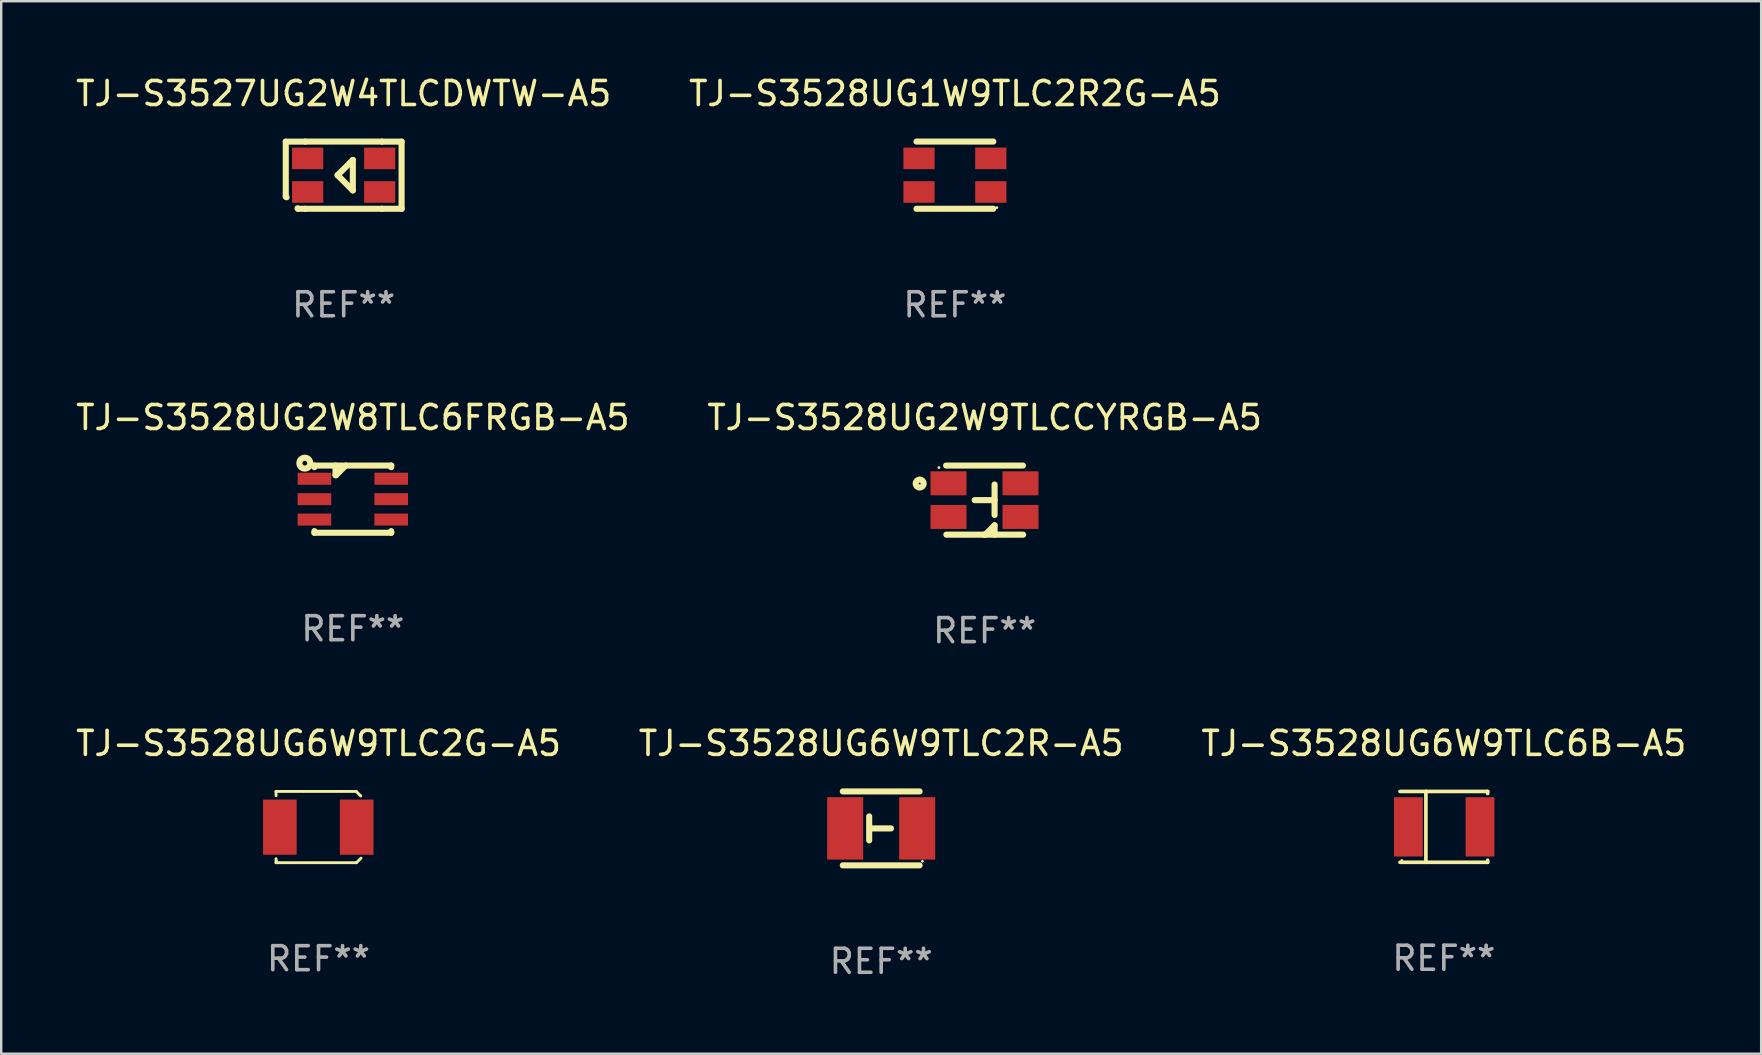
<source format=kicad_pcb>
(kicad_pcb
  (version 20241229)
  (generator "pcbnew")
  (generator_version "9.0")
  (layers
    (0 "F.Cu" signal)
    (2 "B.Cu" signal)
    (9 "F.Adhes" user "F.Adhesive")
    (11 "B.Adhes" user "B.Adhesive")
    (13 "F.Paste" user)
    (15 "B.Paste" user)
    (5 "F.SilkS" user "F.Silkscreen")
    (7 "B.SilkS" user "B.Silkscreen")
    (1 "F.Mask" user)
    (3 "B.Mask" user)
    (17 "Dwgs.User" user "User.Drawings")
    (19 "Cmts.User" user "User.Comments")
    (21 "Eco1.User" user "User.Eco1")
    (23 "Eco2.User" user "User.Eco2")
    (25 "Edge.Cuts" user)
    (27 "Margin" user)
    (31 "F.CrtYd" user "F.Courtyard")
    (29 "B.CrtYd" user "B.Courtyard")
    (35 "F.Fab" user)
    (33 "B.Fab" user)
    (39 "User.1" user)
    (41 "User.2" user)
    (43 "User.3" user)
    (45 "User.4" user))
  (footprint "TJ-S3528UG1W9TLC2R2G-A5"
    (layer "F.Cu")
    (at 36.732 4.248)
    (property "Reference" "TJ-S3528UG1W9TLC2R2G-A5" (at 0 -3.4 0) (layer "F.SilkS") (effects (font (size 1 1) (thickness 0.15))))
    (attr through_hole)
    (fp_line (start -1.6 -1.4) (end 1.6 -1.4) (stroke (width 0.254) (type solid)) (layer "F.SilkS"))
    (fp_line (start -1.6 1.4) (end 1.6 1.4) (stroke (width 0.254) (type solid)) (layer "F.SilkS"))
    (fp_circle (center 1.75 1.35) (end 1.78 1.35) (stroke (width 0.06) (type solid)) (fill no) (layer "F.SilkS"))
    (fp_text user "REF**" (at 0 5.4 0) (layer "F.Fab") (effects (font (size 1 1) (thickness 0.15))))
    (pad "1" smd rect (at 1.495 0.7) (size 1.3 0.9) (layers "F.Cu" "F.Mask" "F.Paste"))
    (pad "2" smd rect (at 1.495 -0.7) (size 1.3 0.9) (layers "F.Cu" "F.Mask" "F.Paste"))
    (pad "3" smd rect (at -1.495 0.7) (size 1.3 0.9) (layers "F.Cu" "F.Mask" "F.Paste"))
    (pad "4" smd rect (at -1.495 -0.7) (size 1.3 0.9) (layers "F.Cu" "F.Mask" "F.Paste")))
  (footprint "TJ-S3528UG2W8TLC6FRGB-A5"
    (layer "F.Cu")
    (at 11.649 17.745)
    (property "Reference" "TJ-S3528UG2W8TLC6FRGB-A5" (at 0 -3.4 0) (layer "F.SilkS") (effects (font (size 1 1) (thickness 0.15))))
    (attr through_hole)
    (fp_line (start -1.6 -1.4) (end -1.6 -1.331) (stroke (width 0.254) (type solid)) (layer "F.SilkS"))
    (fp_line (start -1.6 -1.4) (end 1.6 -1.4) (stroke (width 0.254) (type solid)) (layer "F.SilkS"))
    (fp_line (start -1.6 1.331) (end -1.6 1.4) (stroke (width 0.254) (type solid)) (layer "F.SilkS"))
    (fp_line (start -1.6 1.4) (end 1.6 1.4) (stroke (width 0.254) (type solid)) (layer "F.SilkS"))
    (fp_line (start -0.721 -1.4) (end -0.721 -1) (stroke (width 0.254) (type solid)) (layer "F.SilkS"))
    (fp_line (start -0.721 -1) (end -0.698 -1) (stroke (width 0.254) (type solid)) (layer "F.SilkS"))
    (fp_line (start -0.698 -1) (end -0.298 -1.4) (stroke (width 0.254) (type solid)) (layer "F.SilkS"))
    (fp_line (start 1.6 -1.4) (end 1.6 -1.331) (stroke (width 0.254) (type solid)) (layer "F.SilkS"))
    (fp_line (start 1.6 1.4) (end 1.6 1.331) (stroke (width 0.254) (type solid)) (layer "F.SilkS"))
    (fp_circle (center -2 -1.5) (end -1.9 -1.5) (stroke (width 0.254) (type solid)) (fill no) (layer "F.SilkS"))
    (fp_circle (center -1.749 -1.4) (end -1.719 -1.4) (stroke (width 0.06) (type solid)) (fill no) (layer "F.SilkS"))
    (fp_text user "REF**" (at 0 5.4 0) (layer "F.Fab") (effects (font (size 1 1) (thickness 0.15))))
    (pad "1" smd rect (at -1.6 -0.85) (size 1.4 0.5) (layers "F.Cu" "F.Mask" "F.Paste"))
    (pad "2" smd rect (at -1.6 0) (size 1.4 0.5) (layers "F.Cu" "F.Mask" "F.Paste"))
    (pad "3" smd rect (at -1.6 0.85) (size 1.4 0.5) (layers "F.Cu" "F.Mask" "F.Paste"))
    (pad "4" smd rect (at 1.6 0.85) (size 1.4 0.5) (layers "F.Cu" "F.Mask" "F.Paste"))
    (pad "5" smd rect (at 1.6 0) (size 1.4 0.5) (layers "F.Cu" "F.Mask" "F.Paste"))
    (pad "6" smd rect (at 1.6 -0.85) (size 1.4 0.5) (layers "F.Cu" "F.Mask" "F.Paste")))
  (footprint "TJ-S3527UG2W4TLCDWTW-A5"
    (layer "F.Cu")
    (at 11.268 4.248)
    (property "Reference" "TJ-S3527UG2W4TLCDWTW-A5" (at 0 -3.4 0) (layer "F.SilkS") (effects (font (size 1 1) (thickness 0.15))))
    (attr through_hole)
    (fp_line (start -2.413 -1.397) (end -1.6 -1.397) (stroke (width 0.254) (type solid)) (layer "F.SilkS"))
    (fp_line (start -2.413 0.889) (end -2.413 -1.397) (stroke (width 0.254) (type solid)) (layer "F.SilkS"))
    (fp_line (start -2.38 0.922) (end -2.413 0.889) (stroke (width 0.254) (type solid)) (layer "F.SilkS"))
    (fp_line (start -1.902 1.4) (end -1.922 1.38) (stroke (width 0.254) (type solid)) (layer "F.SilkS"))
    (fp_line (start -1.6 -1.4) (end 1.6 -1.4) (stroke (width 0.254) (type solid)) (layer "F.SilkS"))
    (fp_line (start -1.6 1.4) (end -1.902 1.4) (stroke (width 0.254) (type solid)) (layer "F.SilkS"))
    (fp_line (start -0.254 -0.000013) (end 0.381 -0.635) (stroke (width 0.254) (type solid)) (layer "F.SilkS"))
    (fp_line (start 0.381 0.635) (end -0.254 -0.000013) (stroke (width 0.254) (type solid)) (layer "F.SilkS"))
    (fp_line (start 0.381 0.635) (end 0.381 -0.635) (stroke (width 0.254) (type solid)) (layer "F.SilkS"))
    (fp_line (start 1.6 1.4) (end -1.6 1.4) (stroke (width 0.254) (type solid)) (layer "F.SilkS"))
    (fp_line (start 1.6 1.4) (end 2.413 1.4) (stroke (width 0.254) (type solid)) (layer "F.SilkS"))
    (fp_line (start 2.413 -1.397) (end 1.6 -1.397) (stroke (width 0.254) (type solid)) (layer "F.SilkS"))
    (fp_line (start 2.413 1.4) (end 2.413 -1.397) (stroke (width 0.254) (type solid)) (layer "F.SilkS"))
    (fp_circle (center 1.75 1.35) (end 1.78 1.35) (stroke (width 0.06) (type solid)) (fill no) (layer "F.SilkS"))
    (fp_text user "REF**" (at 0 5.4 0) (layer "F.Fab") (effects (font (size 1 1) (thickness 0.15))))
    (pad "1" smd rect (at 1.5 0.7) (size 1.3 0.9) (layers "F.Cu" "F.Mask" "F.Paste"))
    (pad "2" smd rect (at -1.5 0.7) (size 1.3 0.9) (layers "F.Cu" "F.Mask" "F.Paste"))
    (pad "3" smd rect (at 1.5 -0.7) (size 1.3 0.9) (layers "F.Cu" "F.Mask" "F.Paste"))
    (pad "4" smd rect (at -1.5 -0.7) (size 1.3 0.9) (layers "F.Cu" "F.Mask" "F.Paste")))
  (footprint "TJ-S3528UG6W9TLC2R-A5"
    (layer "F.Cu")
    (at 33.661 31.461)
    (property "Reference" "TJ-S3528UG6W9TLC2R-A5" (at 0 -3.54 0) (layer "F.SilkS") (effects (font (size 1 1) (thickness 0.15))))
    (attr through_hole)
    (fp_line (start -0.5 -0.5) (end -0.5 0.5) (stroke (width 0.254) (type solid)) (layer "F.SilkS"))
    (fp_line (start 0.41 0.001) (end -0.43 0.001) (stroke (width 0.254) (type solid)) (layer "F.SilkS"))
    (fp_line (start 1.6 -1.54) (end -1.6 -1.54) (stroke (width 0.254) (type solid)) (layer "F.SilkS"))
    (fp_line (start 1.6 1.54) (end -1.6 1.54) (stroke (width 0.254) (type solid)) (layer "F.SilkS"))
    (fp_circle (center 1.718 1.37) (end 1.748 1.37) (stroke (width 0.06) (type solid)) (fill no) (layer "F.SilkS"))
    (fp_text user "REF**" (at 0 5.54 0) (layer "F.Fab") (effects (font (size 1 1) (thickness 0.15))))
    (pad "1" smd rect (at 1.5 0 180) (size 1.5 2.6) (layers "F.Cu" "F.Mask" "F.Paste"))
    (pad "2" smd rect (at -1.5 0 180) (size 1.5 2.6) (layers "F.Cu" "F.Mask" "F.Paste")))
  (footprint "TJ-S3528UG6W9TLC6B-A5"
    (layer "F.Cu")
    (at 57.101 31.398)
    (property "Reference" "TJ-S3528UG6W9TLC6B-A5" (at 0 -3.476 0) (layer "F.SilkS") (effects (font (size 1 1) (thickness 0.15))))
    (attr through_hole)
    (fp_line (start -1.826 -1.476) (end 1.826 -1.476) (stroke (width 0.152) (type solid)) (layer "F.SilkS"))
    (fp_line (start -1.826 1.476) (end 1.826 1.476) (stroke (width 0.152) (type solid)) (layer "F.SilkS"))
    (fp_line (start -0.747 -1.476) (end -0.747 1.476) (stroke (width 0.152) (type solid)) (layer "F.SilkS"))
    (fp_line (start 1.826 -1.476) (end 1.826 -1.391) (stroke (width 0.152) (type solid)) (layer "F.SilkS"))
    (fp_line (start 1.826 1.476) (end 1.826 1.391) (stroke (width 0.152) (type solid)) (layer "F.SilkS"))
    (fp_circle (center -1.75 1.4) (end -1.72 1.4) (stroke (width 0.06) (type solid)) (fill no) (layer "F.SilkS"))
    (fp_text user "REF**" (at 0 5.476 0) (layer "F.Fab") (effects (font (size 1 1) (thickness 0.15))))
    (pad "1" smd rect (at -1.478 0) (size 1.2 2.47) (layers "F.Cu" "F.Mask" "F.Paste"))
    (pad "2" smd rect (at 1.508 0) (size 1.2 2.47) (layers "F.Cu" "F.Mask" "F.Paste")))
  (footprint "TJ-S3528UG6W9TLC2G-A5"
    (layer "F.Cu")
    (at 10.22 31.406)
    (property "Reference" "TJ-S3528UG6W9TLC2G-A5" (at 0 -3.485 0) (layer "F.SilkS") (effects (font (size 1 1) (thickness 0.15))))
    (attr through_hole)
    (fp_line (start -1.77 -1.485) (end -1.77 -1.309) (stroke (width 0.12) (type solid)) (layer "F.SilkS"))
    (fp_line (start -1.77 -1.485) (end 1.57 -1.485) (stroke (width 0.12) (type solid)) (layer "F.SilkS"))
    (fp_line (start -1.77 1.319) (end -1.77 1.485) (stroke (width 0.12) (type solid)) (layer "F.SilkS"))
    (fp_line (start -1.77 1.485) (end 1.58 1.485) (stroke (width 0.12) (type solid)) (layer "F.SilkS"))
    (fp_line (start 1.57 -1.485) (end 1.76 -1.295) (stroke (width 0.12) (type solid)) (layer "F.SilkS"))
    (fp_line (start 1.58 1.485) (end 1.77 1.295) (stroke (width 0.12) (type solid)) (layer "F.SilkS"))
    (fp_circle (center -1.76 1.405) (end -1.73 1.405) (stroke (width 0.06) (type solid)) (fill no) (layer "F.SilkS"))
    (fp_text user "REF**" (at 0 5.485 0) (layer "F.Fab") (effects (font (size 1 1) (thickness 0.15))))
    (pad "1" smd rect (at -1.61 0.005) (size 1.4 2.3) (layers "F.Cu" "F.Mask" "F.Paste"))
    (pad "2" smd rect (at 1.59 0.005) (size 1.4 2.3) (layers "F.Cu" "F.Mask" "F.Paste")))
  (footprint "TJ-S3528UG2W9TLCCYRGB-A5"
    (layer "F.Cu")
    (at 37.97 17.785)
    (property "Reference" "TJ-S3528UG2W9TLCCYRGB-A5" (at 0 -3.44 0) (layer "F.SilkS") (effects (font (size 1 1) (thickness 0.15))))
    (attr through_hole)
    (fp_line (start -1.605 -1.44) (end 1.595 -1.44) (stroke (width 0.254) (type solid)) (layer "F.SilkS"))
    (fp_line (start -0.026 1.44) (end 0.025 1.44) (stroke (width 0.254) (type solid)) (layer "F.SilkS"))
    (fp_line (start 0.025 1.44) (end 0.415 1.05) (stroke (width 0.254) (type solid)) (layer "F.SilkS"))
    (fp_line (start 0.415 -0.65) (end 0.415 0.62) (stroke (width 0.254) (type solid)) (layer "F.SilkS"))
    (fp_line (start 0.415 0.001) (end -0.415 0.001) (stroke (width 0.254) (type solid)) (layer "F.SilkS"))
    (fp_line (start 0.415 1.05) (end 0.415 1.44) (stroke (width 0.254) (type solid)) (layer "F.SilkS"))
    (fp_line (start 1.605 1.44) (end -1.595 1.44) (stroke (width 0.254) (type solid)) (layer "F.SilkS"))
    (fp_circle (center -2.705 -0.69) (end -2.539 -0.69) (stroke (width 0.254) (type solid)) (fill no) (layer "F.SilkS"))
    (fp_circle (center -1.905 -1.355) (end -1.875 -1.355) (stroke (width 0.06) (type solid)) (fill no) (layer "F.SilkS"))
    (fp_text user "REF**" (at 0 5.44 0) (layer "F.Fab") (effects (font (size 1 1) (thickness 0.15))))
    (pad "1" smd rect (at -1.505 -0.7 90) (size 1 1.5) (layers "F.Cu" "F.Mask" "F.Paste"))
    (pad "2" smd rect (at -1.505 0.7 90) (size 1 1.5) (layers "F.Cu" "F.Mask" "F.Paste"))
    (pad "3" smd rect (at 1.495 -0.7 90) (size 1 1.5) (layers "F.Cu" "F.Mask" "F.Paste"))
    (pad "4" smd rect (at 1.495 0.7 90) (size 1 1.5) (layers "F.Cu" "F.Mask" "F.Paste")))
  (gr_rect
    (start -3 -3)
    (end 70.321 40.85)
    (stroke (width 0.1) (type default))
    (fill no)
    (layer "Edge.Cuts")))
</source>
